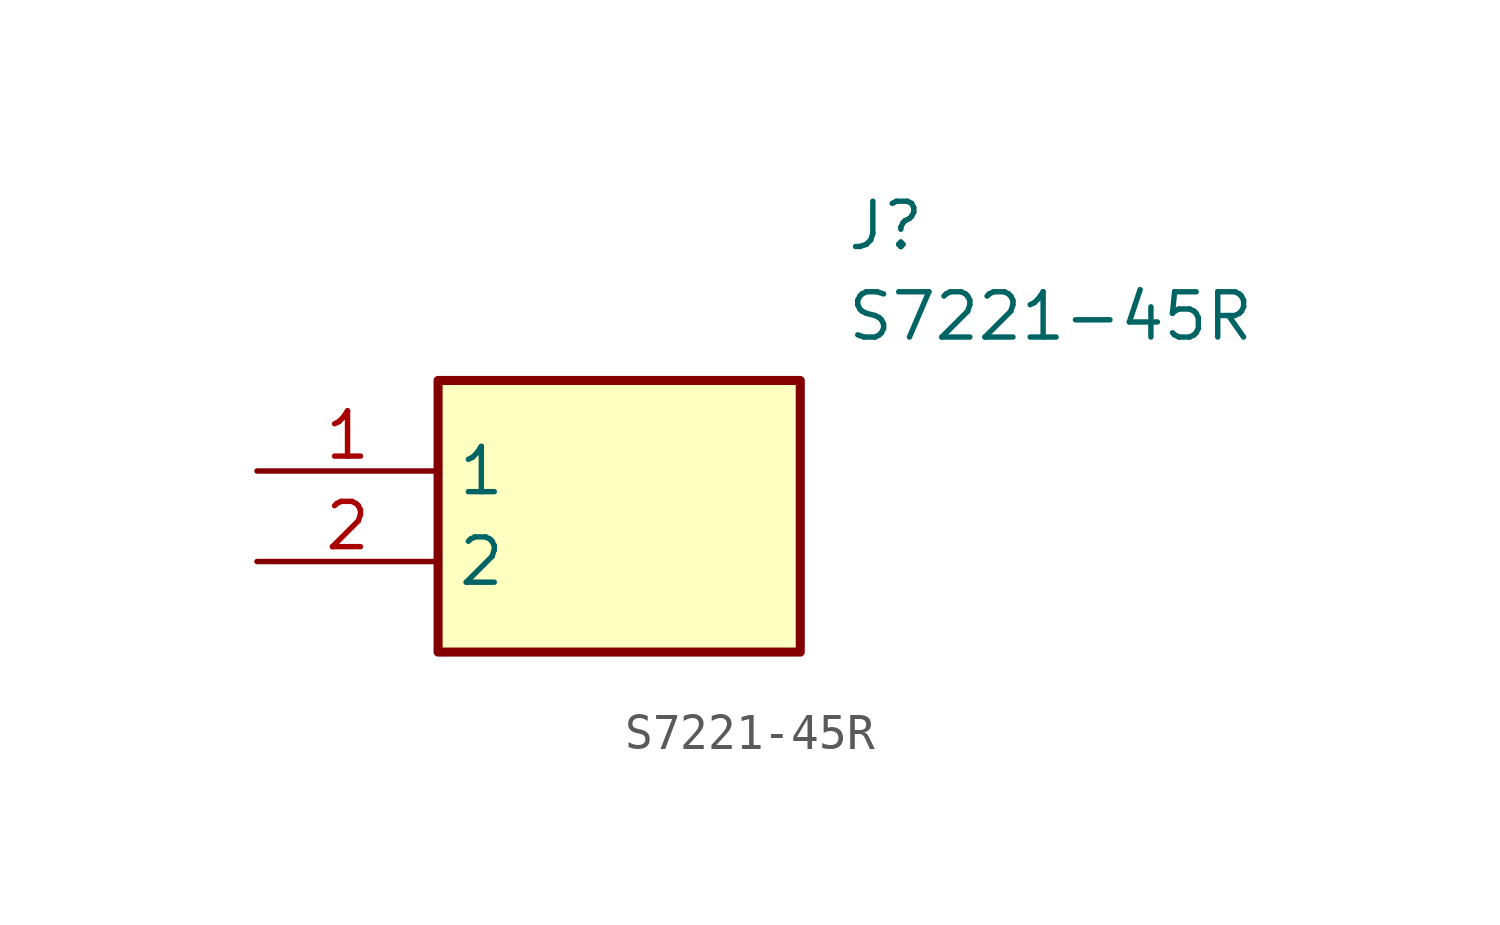
<source format=kicad_sym>
(kicad_symbol_lib
  (version 20211014)
  (generator SamacSys_ECAD_Model)
  (symbol "S7221-45R"
    (property "Reference" "J"
      (at 16.51 7.62 0)
      (effects (font (size 1.27 1.27)) (justify left top)))
    (property "Value" "S7221-45R"
      (at 16.51 5.08 0)
      (effects (font (size 1.27 1.27)) (justify left top)))
    (rectangle
      (start 5.08 2.54)
      (end 15.24 -5.08)
      (stroke (width 0.254) (type default))
      (fill (type background)))
    (pin passive line
      (at 0 0 0)
      (length 5.08)
      (name "1" (effects (font (size 1.27 1.27))))
      (number "1" (effects (font (size 1.27 1.27)))))
    (pin passive line
      (at 0 -2.54 0)
      (length 5.08)
      (name "2" (effects (font (size 1.27 1.27))))
      (number "2" (effects (font (size 1.27 1.27)))))))
</source>
